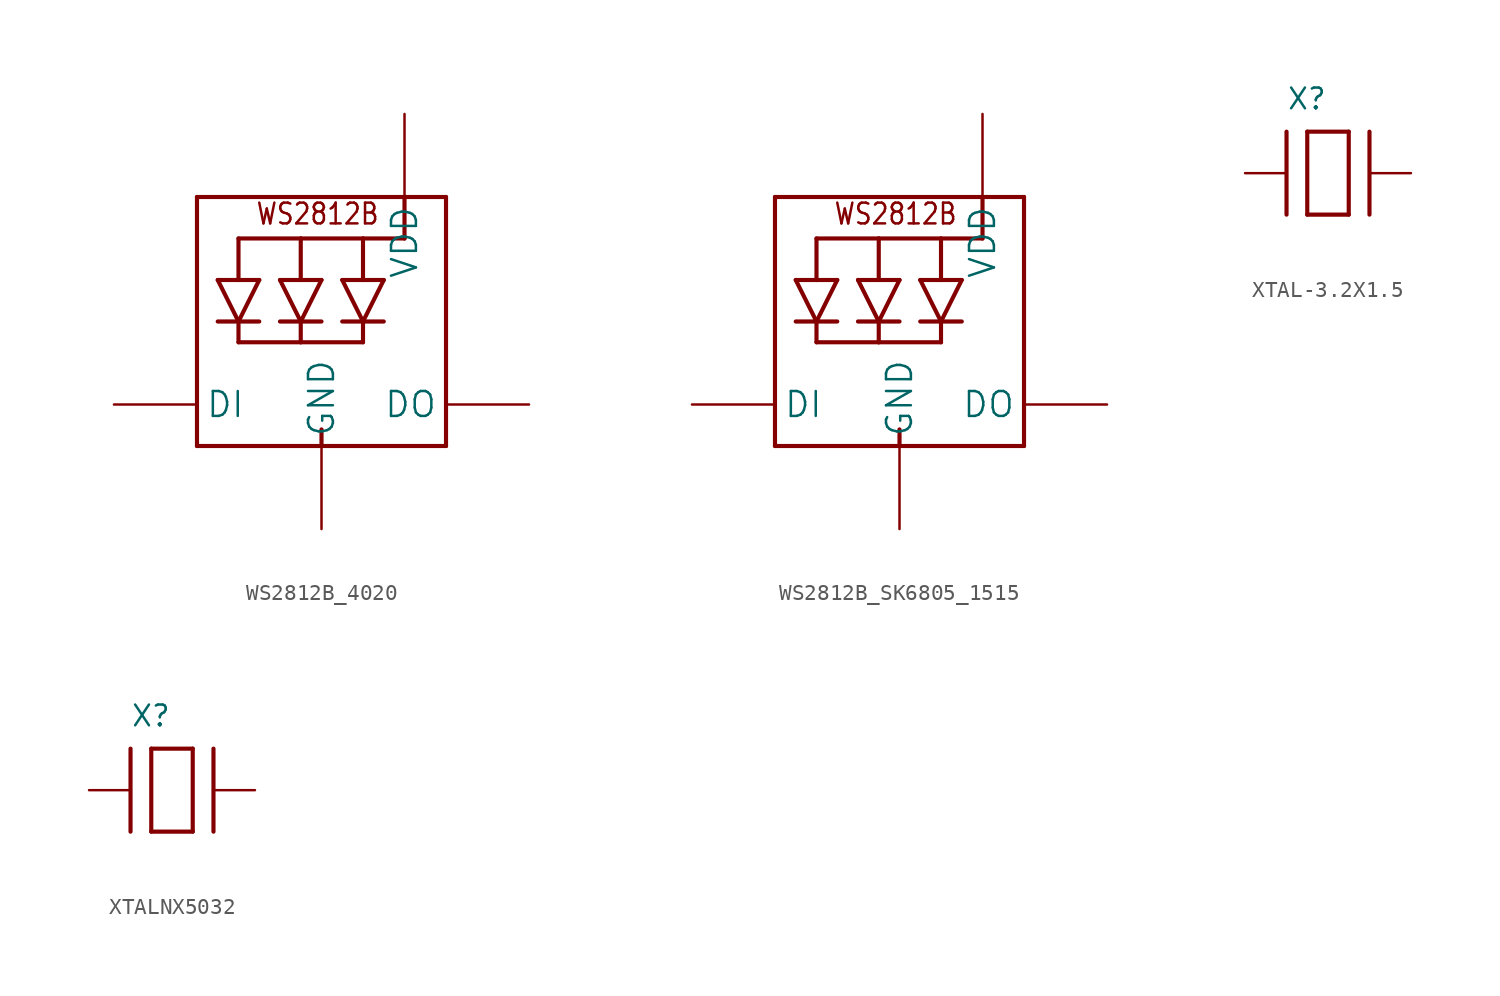
<source format=kicad_sym>
(kicad_symbol_lib
  (version 20241209)
  (generator "kicad_symbol_editor")
  (generator_version "9.0")
  (symbol "WS2812B_4020"
    (property "Reference" "LED"
      (at 0 0 0)
      (effects (font (size 1.27 1.27)) (hide yes)))
    (property "ki_locked" ""
      (at 0 0 0)
      (effects (font (size 1.27 1.27))))
    (symbol "WS2812B_4020_1_0"
      (polyline (pts (xy -7.62 10.16) (xy -7.62 -2.54)) (stroke (width 0.254) (type solid)) (fill (type none)))
      (polyline (pts (xy -7.62 -2.54) (xy -7.62 -5.08)) (stroke (width 0.254) (type solid)) (fill (type none)))
      (polyline (pts (xy -7.62 -5.08) (xy 0 -5.08)) (stroke (width 0.254) (type solid)) (fill (type none)))
      (polyline (pts (xy -6.35 5.08) (xy -5.08 5.08)) (stroke (width 0.254) (type solid)) (fill (type none)))
      (polyline (pts (xy -6.35 2.54) (xy -5.08 2.54)) (stroke (width 0.254) (type solid)) (fill (type none)))
      (polyline (pts (xy -5.08 7.62) (xy -5.08 5.08)) (stroke (width 0.254) (type solid)) (fill (type none)))
      (polyline (pts (xy -5.08 5.08) (xy -3.81 5.08)) (stroke (width 0.254) (type solid)) (fill (type none)))
      (polyline (pts (xy -5.08 2.54) (xy -6.35 5.08)) (stroke (width 0.254) (type solid)) (fill (type none)))
      (polyline (pts (xy -5.08 2.54) (xy -5.08 1.27)) (stroke (width 0.254) (type solid)) (fill (type none)))
      (polyline (pts (xy -5.08 2.54) (xy -3.81 5.08)) (stroke (width 0.254) (type solid)) (fill (type none)))
      (polyline (pts (xy -3.81 2.54) (xy -5.08 2.54)) (stroke (width 0.254) (type solid)) (fill (type none)))
      (polyline (pts (xy -2.54 5.08) (xy 0 5.08)) (stroke (width 0.254) (type solid)) (fill (type none)))
      (polyline (pts (xy -2.54 2.54) (xy -1.27 2.54)) (stroke (width 0.254) (type solid)) (fill (type none)))
      (polyline (pts (xy -1.27 7.62) (xy -5.08 7.62)) (stroke (width 0.254) (type solid)) (fill (type none)))
      (polyline (pts (xy -1.27 5.08) (xy -1.27 7.62)) (stroke (width 0.254) (type solid)) (fill (type none)))
      (polyline (pts (xy -1.27 2.54) (xy -2.54 5.08)) (stroke (width 0.254) (type solid)) (fill (type none)))
      (polyline (pts (xy -1.27 2.54) (xy -1.27 1.27)) (stroke (width 0.254) (type solid)) (fill (type none)))
      (polyline (pts (xy -1.27 2.54) (xy 0 2.54)) (stroke (width 0.254) (type solid)) (fill (type none)))
      (polyline (pts (xy -1.27 1.27) (xy -5.08 1.27)) (stroke (width 0.254) (type solid)) (fill (type none)))
      (polyline (pts (xy 0 5.08) (xy -1.27 2.54)) (stroke (width 0.254) (type solid)) (fill (type none)))
      (polyline (pts (xy 0 -4.064) (xy 0 -5.08)) (stroke (width 0.254) (type solid)) (fill (type none)))
      (polyline (pts (xy 0 -5.08) (xy 7.62 -5.08)) (stroke (width 0.254) (type solid)) (fill (type none)))
      (polyline (pts (xy 1.27 5.08) (xy 2.54 5.08)) (stroke (width 0.254) (type solid)) (fill (type none)))
      (polyline (pts (xy 1.27 5.08) (xy 2.54 2.54)) (stroke (width 0.254) (type solid)) (fill (type none)))
      (polyline (pts (xy 2.54 7.62) (xy -1.27 7.62)) (stroke (width 0.254) (type solid)) (fill (type none)))
      (polyline (pts (xy 2.54 7.62) (xy 5.08 7.62)) (stroke (width 0.254) (type solid)) (fill (type none)))
      (polyline (pts (xy 2.54 5.08) (xy 2.54 7.62)) (stroke (width 0.254) (type solid)) (fill (type none)))
      (polyline (pts (xy 2.54 2.54) (xy 1.27 2.54)) (stroke (width 0.254) (type solid)) (fill (type none)))
      (polyline (pts (xy 2.54 2.54) (xy 2.54 1.27)) (stroke (width 0.254) (type solid)) (fill (type none)))
      (polyline (pts (xy 2.54 2.54) (xy 3.81 5.08)) (stroke (width 0.254) (type solid)) (fill (type none)))
      (polyline (pts (xy 2.54 2.54) (xy 3.81 2.54)) (stroke (width 0.254) (type solid)) (fill (type none)))
      (polyline (pts (xy 2.54 1.27) (xy -1.27 1.27)) (stroke (width 0.254) (type solid)) (fill (type none)))
      (polyline (pts (xy 3.81 5.08) (xy 2.54 5.08)) (stroke (width 0.254) (type solid)) (fill (type none)))
      (polyline (pts (xy 5.08 10.16) (xy -7.62 10.16)) (stroke (width 0.254) (type solid)) (fill (type none)))
      (polyline (pts (xy 5.08 10.16) (xy 5.08 7.62)) (stroke (width 0.254) (type solid)) (fill (type none)))
      (polyline (pts (xy 7.62 10.16) (xy 5.08 10.16)) (stroke (width 0.254) (type solid)) (fill (type none)))
      (polyline (pts (xy 7.62 -2.54) (xy 7.62 10.16)) (stroke (width 0.254) (type solid)) (fill (type none)))
      (polyline (pts (xy 7.62 -5.08) (xy 7.62 -2.54)) (stroke (width 0.254) (type solid)) (fill (type none)))
      (text "WS2812B" (at -4.064 8.382 0) (effects (font (size 1.27 1.079)) (justify left bottom)))
      (pin input line (at -12.7 -2.54 0) (length 5.08) (name "DI" (effects (font (size 1.524 1.524)))) (number "1" (effects (font (size 0 0)))))
      (pin power_in line (at 0 -10.16 90) (length 5.08) (name "GND" (effects (font (size 1.524 1.524)))) (number "4" (effects (font (size 0 0)))))
      (pin power_in line (at 5.08 15.24 270) (length 5.08) (name "VDD" (effects (font (size 1.524 1.524)))) (number "2" (effects (font (size 0 0)))))
      (pin output line (at 12.7 -2.54 180) (length 5.08) (name "DO" (effects (font (size 1.524 1.524)))) (number "3" (effects (font (size 0 0)))))))
  (symbol "WS2812B_SK6805_1515"
    (property "Reference" "LED"
      (at 0 0 0)
      (effects (font (size 1.27 1.27)) (hide yes)))
    (property "ki_locked" ""
      (at 0 0 0)
      (effects (font (size 1.27 1.27))))
    (symbol "WS2812B_SK6805_1515_1_0"
      (polyline (pts (xy -7.62 10.16) (xy -7.62 -2.54)) (stroke (width 0.254) (type solid)) (fill (type none)))
      (polyline (pts (xy -7.62 -2.54) (xy -7.62 -5.08)) (stroke (width 0.254) (type solid)) (fill (type none)))
      (polyline (pts (xy -7.62 -5.08) (xy 0 -5.08)) (stroke (width 0.254) (type solid)) (fill (type none)))
      (polyline (pts (xy -6.35 5.08) (xy -5.08 5.08)) (stroke (width 0.254) (type solid)) (fill (type none)))
      (polyline (pts (xy -6.35 2.54) (xy -5.08 2.54)) (stroke (width 0.254) (type solid)) (fill (type none)))
      (polyline (pts (xy -5.08 7.62) (xy -5.08 5.08)) (stroke (width 0.254) (type solid)) (fill (type none)))
      (polyline (pts (xy -5.08 5.08) (xy -3.81 5.08)) (stroke (width 0.254) (type solid)) (fill (type none)))
      (polyline (pts (xy -5.08 2.54) (xy -6.35 5.08)) (stroke (width 0.254) (type solid)) (fill (type none)))
      (polyline (pts (xy -5.08 2.54) (xy -5.08 1.27)) (stroke (width 0.254) (type solid)) (fill (type none)))
      (polyline (pts (xy -5.08 2.54) (xy -3.81 5.08)) (stroke (width 0.254) (type solid)) (fill (type none)))
      (polyline (pts (xy -3.81 2.54) (xy -5.08 2.54)) (stroke (width 0.254) (type solid)) (fill (type none)))
      (polyline (pts (xy -2.54 5.08) (xy 0 5.08)) (stroke (width 0.254) (type solid)) (fill (type none)))
      (polyline (pts (xy -2.54 2.54) (xy -1.27 2.54)) (stroke (width 0.254) (type solid)) (fill (type none)))
      (polyline (pts (xy -1.27 7.62) (xy -5.08 7.62)) (stroke (width 0.254) (type solid)) (fill (type none)))
      (polyline (pts (xy -1.27 5.08) (xy -1.27 7.62)) (stroke (width 0.254) (type solid)) (fill (type none)))
      (polyline (pts (xy -1.27 2.54) (xy -2.54 5.08)) (stroke (width 0.254) (type solid)) (fill (type none)))
      (polyline (pts (xy -1.27 2.54) (xy -1.27 1.27)) (stroke (width 0.254) (type solid)) (fill (type none)))
      (polyline (pts (xy -1.27 2.54) (xy 0 2.54)) (stroke (width 0.254) (type solid)) (fill (type none)))
      (polyline (pts (xy -1.27 1.27) (xy -5.08 1.27)) (stroke (width 0.254) (type solid)) (fill (type none)))
      (polyline (pts (xy 0 5.08) (xy -1.27 2.54)) (stroke (width 0.254) (type solid)) (fill (type none)))
      (polyline (pts (xy 0 -4.064) (xy 0 -5.08)) (stroke (width 0.254) (type solid)) (fill (type none)))
      (polyline (pts (xy 0 -5.08) (xy 7.62 -5.08)) (stroke (width 0.254) (type solid)) (fill (type none)))
      (polyline (pts (xy 1.27 5.08) (xy 2.54 5.08)) (stroke (width 0.254) (type solid)) (fill (type none)))
      (polyline (pts (xy 1.27 5.08) (xy 2.54 2.54)) (stroke (width 0.254) (type solid)) (fill (type none)))
      (polyline (pts (xy 2.54 7.62) (xy -1.27 7.62)) (stroke (width 0.254) (type solid)) (fill (type none)))
      (polyline (pts (xy 2.54 7.62) (xy 5.08 7.62)) (stroke (width 0.254) (type solid)) (fill (type none)))
      (polyline (pts (xy 2.54 5.08) (xy 2.54 7.62)) (stroke (width 0.254) (type solid)) (fill (type none)))
      (polyline (pts (xy 2.54 2.54) (xy 1.27 2.54)) (stroke (width 0.254) (type solid)) (fill (type none)))
      (polyline (pts (xy 2.54 2.54) (xy 2.54 1.27)) (stroke (width 0.254) (type solid)) (fill (type none)))
      (polyline (pts (xy 2.54 2.54) (xy 3.81 5.08)) (stroke (width 0.254) (type solid)) (fill (type none)))
      (polyline (pts (xy 2.54 2.54) (xy 3.81 2.54)) (stroke (width 0.254) (type solid)) (fill (type none)))
      (polyline (pts (xy 2.54 1.27) (xy -1.27 1.27)) (stroke (width 0.254) (type solid)) (fill (type none)))
      (polyline (pts (xy 3.81 5.08) (xy 2.54 5.08)) (stroke (width 0.254) (type solid)) (fill (type none)))
      (polyline (pts (xy 5.08 10.16) (xy -7.62 10.16)) (stroke (width 0.254) (type solid)) (fill (type none)))
      (polyline (pts (xy 5.08 10.16) (xy 5.08 7.62)) (stroke (width 0.254) (type solid)) (fill (type none)))
      (polyline (pts (xy 7.62 10.16) (xy 5.08 10.16)) (stroke (width 0.254) (type solid)) (fill (type none)))
      (polyline (pts (xy 7.62 -2.54) (xy 7.62 10.16)) (stroke (width 0.254) (type solid)) (fill (type none)))
      (polyline (pts (xy 7.62 -5.08) (xy 7.62 -2.54)) (stroke (width 0.254) (type solid)) (fill (type none)))
      (text "WS2812B" (at -4.064 8.382 0) (effects (font (size 1.27 1.079)) (justify left bottom)))
      (pin input line (at -12.7 -2.54 0) (length 5.08) (name "DI" (effects (font (size 1.524 1.524)))) (number "1" (effects (font (size 0 0)))))
      (pin power_in line (at 0 -10.16 90) (length 5.08) (name "GND" (effects (font (size 1.524 1.524)))) (number "4" (effects (font (size 0 0)))))
      (pin power_in line (at 5.08 15.24 270) (length 5.08) (name "VDD" (effects (font (size 1.524 1.524)))) (number "2" (effects (font (size 0 0)))))
      (pin output line (at 12.7 -2.54 180) (length 5.08) (name "DO" (effects (font (size 1.524 1.524)))) (number "3" (effects (font (size 0 0)))))))
  (symbol "XTAL-3.2X1.5"
    (property "Reference" "X"
      (at -2.54 3.81 0)
      (effects (font (size 1.27 1.27)) (justify left bottom)))
    (property "Value" ""
      (at -3.81 -5.08 0)
      (effects (font (size 1.27 1.27)) (justify left bottom)))
    (property "ki_locked" ""
      (at 0 0 0)
      (effects (font (size 1.27 1.27))))
    (symbol "XTAL-3.2X1.5_1_0"
      (polyline (pts (xy -2.54 2.54) (xy -2.54 -2.54)) (stroke (width 0.254) (type solid)) (fill (type none)))
      (polyline (pts (xy -1.27 2.54) (xy -1.27 -2.54)) (stroke (width 0.254) (type solid)) (fill (type none)))
      (polyline (pts (xy -1.27 -2.54) (xy 1.27 -2.54)) (stroke (width 0.254) (type solid)) (fill (type none)))
      (polyline (pts (xy 1.27 2.54) (xy -1.27 2.54)) (stroke (width 0.254) (type solid)) (fill (type none)))
      (polyline (pts (xy 1.27 -2.54) (xy 1.27 2.54)) (stroke (width 0.254) (type solid)) (fill (type none)))
      (polyline (pts (xy 2.54 2.54) (xy 2.54 -2.54)) (stroke (width 0.254) (type solid)) (fill (type none)))
      (pin bidirectional line (at -5.08 0 0) (length 2.54) (name "P$1" (effects (font (size 0 0)))) (number "P$1" (effects (font (size 0 0)))))
      (pin bidirectional line (at 5.08 0 180) (length 2.54) (name "P$2" (effects (font (size 0 0)))) (number "P$2" (effects (font (size 0 0)))))))
  (symbol "XTALNX5032"
    (property "Reference" "X"
      (at -2.54 3.81 0)
      (effects (font (size 1.27 1.27)) (justify left bottom)))
    (property "Value" ""
      (at -3.81 -5.08 0)
      (effects (font (size 1.27 1.27)) (justify left bottom)))
    (property "ki_locked" ""
      (at 0 0 0)
      (effects (font (size 1.27 1.27))))
    (symbol "XTALNX5032_1_0"
      (polyline (pts (xy -2.54 2.54) (xy -2.54 -2.54)) (stroke (width 0.254) (type solid)) (fill (type none)))
      (polyline (pts (xy -1.27 2.54) (xy -1.27 -2.54)) (stroke (width 0.254) (type solid)) (fill (type none)))
      (polyline (pts (xy -1.27 -2.54) (xy 1.27 -2.54)) (stroke (width 0.254) (type solid)) (fill (type none)))
      (polyline (pts (xy 1.27 2.54) (xy -1.27 2.54)) (stroke (width 0.254) (type solid)) (fill (type none)))
      (polyline (pts (xy 1.27 -2.54) (xy 1.27 2.54)) (stroke (width 0.254) (type solid)) (fill (type none)))
      (polyline (pts (xy 2.54 2.54) (xy 2.54 -2.54)) (stroke (width 0.254) (type solid)) (fill (type none)))
      (pin bidirectional line (at -5.08 0 0) (length 2.54) (name "P$1" (effects (font (size 0 0)))) (number "P$1" (effects (font (size 0 0)))))
      (pin bidirectional line (at 5.08 0 180) (length 2.54) (name "P$2" (effects (font (size 0 0)))) (number "P$2" (effects (font (size 0 0))))))))
</source>
